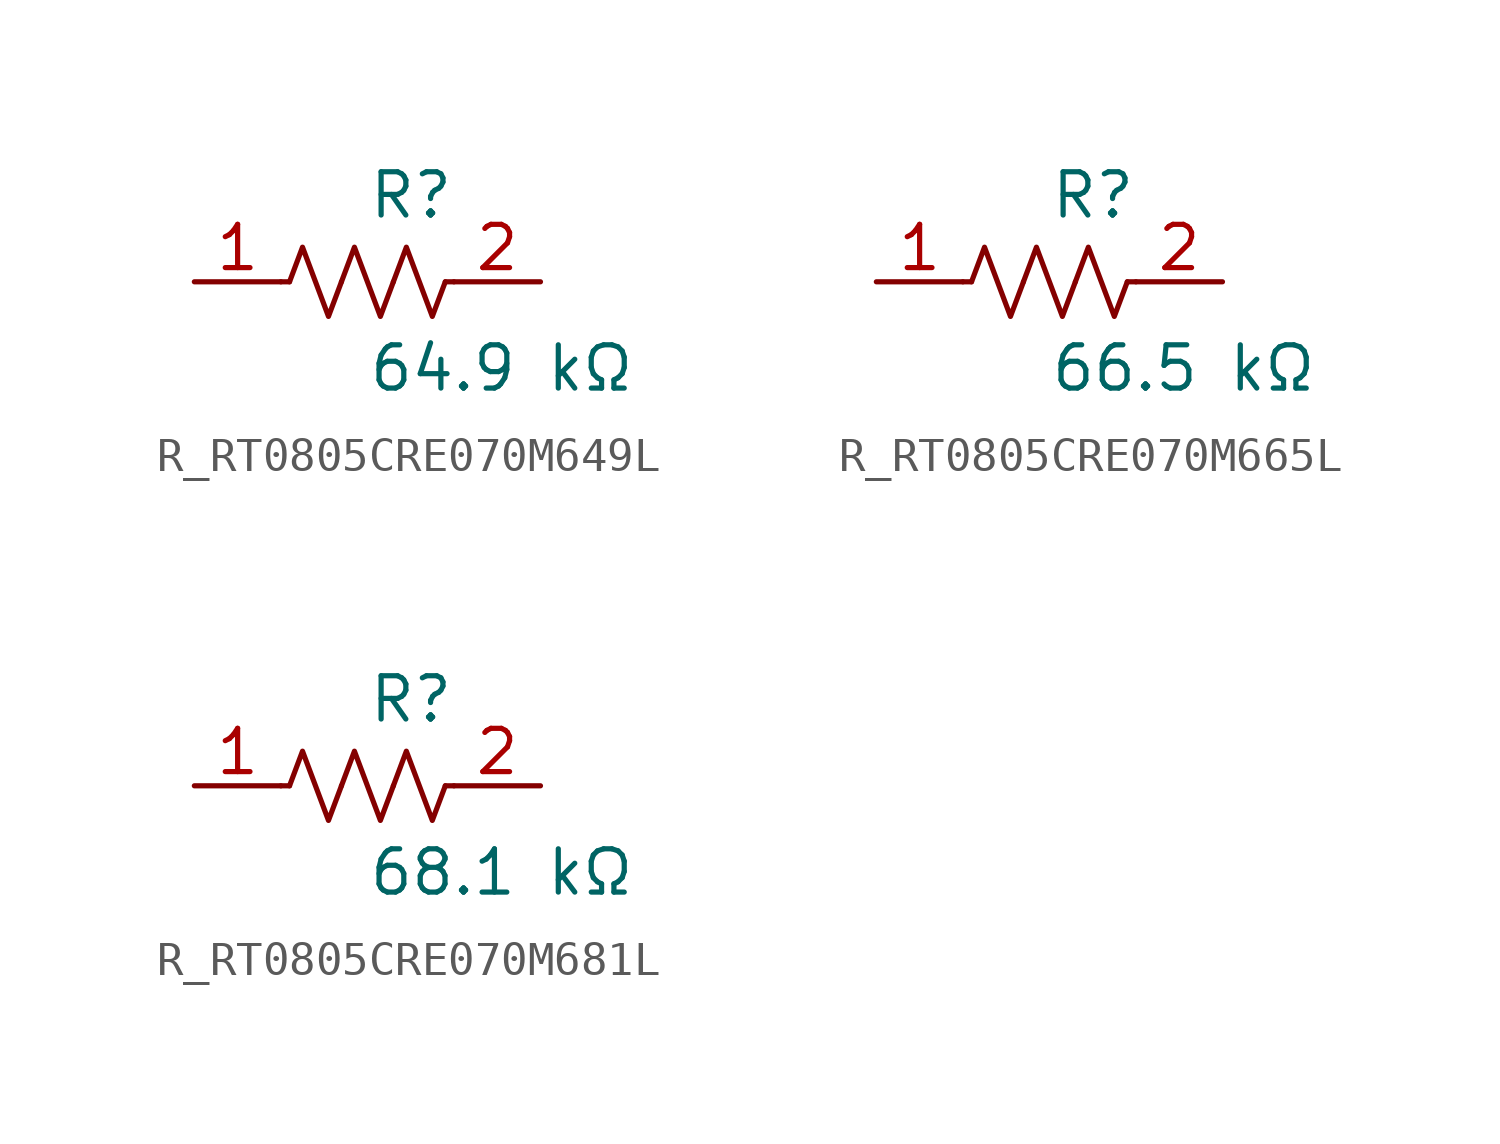
<source format=kicad_sym>
(kicad_symbol_lib
  (version 20231120)
  (generator kicad_symbol_editor)
  (generator_version 8.0)
  (symbol "R_RT0805CRE070M649L"
    (pin_names
      (offset 0.254))
    (property "Reference" "R"
      (at 0.0 2.54 0)
      (effects (font (size 1.27 1.27)) (justify left)))
    (property "Value" "64.9 kΩ"
      (at 0.0 -2.54 0)
      (effects (font (size 1.27 1.27)) (justify left)))
    (symbol "R_RT0805CRE070M649L_0_1"
      (polyline (pts (xy 2.286 0) (xy 2.54 0)) (stroke (width 0) (type default)) (fill (type none)))
      (polyline (pts (xy -2.286 0) (xy -2.54 0)) (stroke (width 0) (type default)) (fill (type none)))
      (polyline (pts (xy 0.762 0) (xy 1.143 1.016) (xy 1.524 0) (xy 1.905 -1.016) (xy 2.286 0)) (stroke (width 0) (type default)) (fill (type none)))
      (polyline (pts (xy -0.762 0) (xy -0.381 1.016) (xy 0 0) (xy 0.381 -1.016) (xy 0.762 0)) (stroke (width 0) (type default)) (fill (type none)))
      (polyline (pts (xy -2.286 0) (xy -1.905 1.016) (xy -1.524 0) (xy -1.143 -1.016) (xy -0.762 0)) (stroke (width 0) (type default)) (fill (type none))))
    (pin unspecified line
      (at -5.08 0 0)
      (length 2.54)
      (name "" (effects (font (size 1.27 1.27))))
      (number "1" (effects (font (size 1.27 1.27)))))
    (pin unspecified line
      (at 5.08 0 180)
      (length 2.54)
      (name "" (effects (font (size 1.27 1.27))))
      (number "2" (effects (font (size 1.27 1.27))))))
  (symbol "R_RT0805CRE070M665L"
    (pin_names
      (offset 0.254))
    (property "Reference" "R"
      (at 0.0 2.54 0)
      (effects (font (size 1.27 1.27)) (justify left)))
    (property "Value" "66.5 kΩ"
      (at 0.0 -2.54 0)
      (effects (font (size 1.27 1.27)) (justify left)))
    (symbol "R_RT0805CRE070M665L_0_1"
      (polyline (pts (xy 2.286 0) (xy 2.54 0)) (stroke (width 0) (type default)) (fill (type none)))
      (polyline (pts (xy -2.286 0) (xy -2.54 0)) (stroke (width 0) (type default)) (fill (type none)))
      (polyline (pts (xy 0.762 0) (xy 1.143 1.016) (xy 1.524 0) (xy 1.905 -1.016) (xy 2.286 0)) (stroke (width 0) (type default)) (fill (type none)))
      (polyline (pts (xy -0.762 0) (xy -0.381 1.016) (xy 0 0) (xy 0.381 -1.016) (xy 0.762 0)) (stroke (width 0) (type default)) (fill (type none)))
      (polyline (pts (xy -2.286 0) (xy -1.905 1.016) (xy -1.524 0) (xy -1.143 -1.016) (xy -0.762 0)) (stroke (width 0) (type default)) (fill (type none))))
    (pin unspecified line
      (at -5.08 0 0)
      (length 2.54)
      (name "" (effects (font (size 1.27 1.27))))
      (number "1" (effects (font (size 1.27 1.27)))))
    (pin unspecified line
      (at 5.08 0 180)
      (length 2.54)
      (name "" (effects (font (size 1.27 1.27))))
      (number "2" (effects (font (size 1.27 1.27))))))
  (symbol "R_RT0805CRE070M681L"
    (pin_names
      (offset 0.254))
    (property "Reference" "R"
      (at 0.0 2.54 0)
      (effects (font (size 1.27 1.27)) (justify left)))
    (property "Value" "68.1 kΩ"
      (at 0.0 -2.54 0)
      (effects (font (size 1.27 1.27)) (justify left)))
    (symbol "R_RT0805CRE070M681L_0_1"
      (polyline (pts (xy 2.286 0) (xy 2.54 0)) (stroke (width 0) (type default)) (fill (type none)))
      (polyline (pts (xy -2.286 0) (xy -2.54 0)) (stroke (width 0) (type default)) (fill (type none)))
      (polyline (pts (xy 0.762 0) (xy 1.143 1.016) (xy 1.524 0) (xy 1.905 -1.016) (xy 2.286 0)) (stroke (width 0) (type default)) (fill (type none)))
      (polyline (pts (xy -0.762 0) (xy -0.381 1.016) (xy 0 0) (xy 0.381 -1.016) (xy 0.762 0)) (stroke (width 0) (type default)) (fill (type none)))
      (polyline (pts (xy -2.286 0) (xy -1.905 1.016) (xy -1.524 0) (xy -1.143 -1.016) (xy -0.762 0)) (stroke (width 0) (type default)) (fill (type none))))
    (pin unspecified line
      (at -5.08 0 0)
      (length 2.54)
      (name "" (effects (font (size 1.27 1.27))))
      (number "1" (effects (font (size 1.27 1.27)))))
    (pin unspecified line
      (at 5.08 0 180)
      (length 2.54)
      (name "" (effects (font (size 1.27 1.27))))
      (number "2" (effects (font (size 1.27 1.27)))))))
</source>
